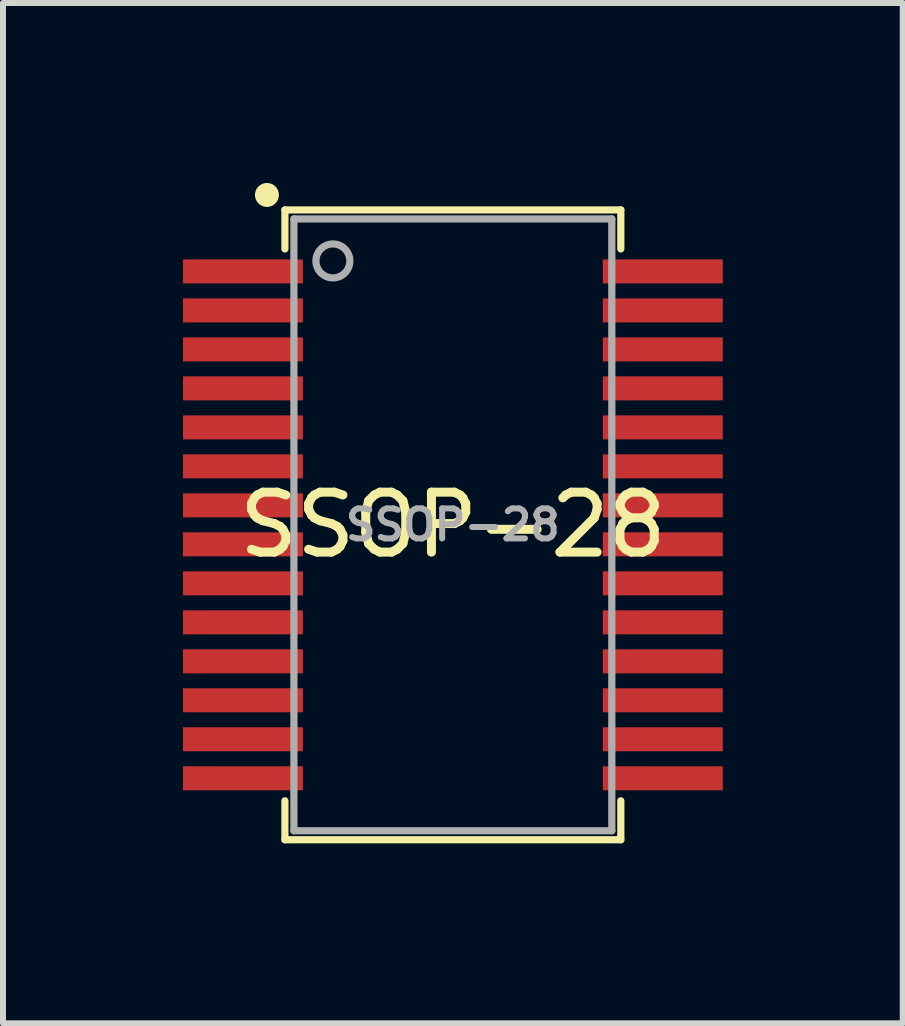
<source format=kicad_pcb>
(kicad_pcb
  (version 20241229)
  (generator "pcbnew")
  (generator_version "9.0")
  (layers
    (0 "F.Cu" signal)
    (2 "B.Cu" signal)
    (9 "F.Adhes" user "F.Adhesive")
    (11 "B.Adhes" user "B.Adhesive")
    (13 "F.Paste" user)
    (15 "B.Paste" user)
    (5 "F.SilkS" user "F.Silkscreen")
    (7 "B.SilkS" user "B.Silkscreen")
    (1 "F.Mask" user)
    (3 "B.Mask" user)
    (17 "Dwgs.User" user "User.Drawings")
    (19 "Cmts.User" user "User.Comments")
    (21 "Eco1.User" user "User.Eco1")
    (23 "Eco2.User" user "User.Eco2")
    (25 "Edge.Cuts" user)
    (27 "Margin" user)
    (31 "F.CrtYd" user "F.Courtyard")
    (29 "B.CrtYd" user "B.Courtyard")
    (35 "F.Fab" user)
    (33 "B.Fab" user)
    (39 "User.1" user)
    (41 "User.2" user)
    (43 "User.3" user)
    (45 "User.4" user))
  (footprint "SSOP-28"
    (layer "F.Cu")
    (at 4.5 5.7)
    (property "Reference" "SSOP-28" (at 0 0 0) (layer "F.SilkS") (effects (font (size 1 1) (thickness 0.15))))
    (attr smd)
    (fp_line (start -2.8 -5.25) (end 2.8 -5.25) (stroke (width 0.12) (type solid)) (layer "F.SilkS"))
    (fp_line (start -2.8 -4.6) (end -2.8 -5.25) (stroke (width 0.12) (type solid)) (layer "F.SilkS"))
    (fp_line (start -2.8 5.25) (end -2.8 4.6) (stroke (width 0.12) (type solid)) (layer "F.SilkS"))
    (fp_line (start 2.8 -5.25) (end 2.8 -4.6) (stroke (width 0.12) (type solid)) (layer "F.SilkS"))
    (fp_line (start 2.8 4.6) (end 2.8 5.25) (stroke (width 0.12) (type solid)) (layer "F.SilkS"))
    (fp_line (start 2.8 5.25) (end -2.8 5.25) (stroke (width 0.12) (type solid)) (layer "F.SilkS"))
    (fp_circle (center -3.1 -5.5) (end -3 -5.5) (stroke (width 0.2) (type solid)) (fill no) (layer "F.SilkS"))
    (fp_line (start -2.65 -5.1) (end -2.65 5.1) (stroke (width 0.12) (type solid)) (layer "F.Fab"))
    (fp_line (start -2.65 5.1) (end 2.65 5.1) (stroke (width 0.12) (type solid)) (layer "F.Fab"))
    (fp_line (start 2.65 -5.1) (end -2.65 -5.1) (stroke (width 0.12) (type solid)) (layer "F.Fab"))
    (fp_line (start 2.65 5.1) (end 2.65 -5.1) (stroke (width 0.12) (type solid)) (layer "F.Fab"))
    (fp_circle (center -2 -4.4) (end -2.2 -4.6) (stroke (width 0.12) (type solid)) (fill no) (layer "F.Fab"))
    (fp_text user "${REFERENCE}" (at 0 0 0) (layer "F.Fab") (effects (font (size 0.5 0.5) (thickness 0.1))))
    (pad "1" smd rect (at -3.5 -4.225) (size 2 0.4) (layers "F.Cu" "F.Mask" "F.Paste"))
    (pad "2" smd rect (at -3.5 -3.575) (size 2 0.4) (layers "F.Cu" "F.Mask" "F.Paste"))
    (pad "3" smd rect (at -3.5 -2.925) (size 2 0.4) (layers "F.Cu" "F.Mask" "F.Paste"))
    (pad "4" smd rect (at -3.5 -2.275) (size 2 0.4) (layers "F.Cu" "F.Mask" "F.Paste"))
    (pad "5" smd rect (at -3.5 -1.625) (size 2 0.4) (layers "F.Cu" "F.Mask" "F.Paste"))
    (pad "6" smd rect (at -3.5 -0.975) (size 2 0.4) (layers "F.Cu" "F.Mask" "F.Paste"))
    (pad "7" smd rect (at -3.5 -0.325) (size 2 0.4) (layers "F.Cu" "F.Mask" "F.Paste"))
    (pad "8" smd rect (at -3.5 0.325) (size 2 0.4) (layers "F.Cu" "F.Mask" "F.Paste"))
    (pad "9" smd rect (at -3.5 0.975) (size 2 0.4) (layers "F.Cu" "F.Mask" "F.Paste"))
    (pad "10" smd rect (at -3.5 1.625) (size 2 0.4) (layers "F.Cu" "F.Mask" "F.Paste"))
    (pad "11" smd rect (at -3.5 2.275) (size 2 0.4) (layers "F.Cu" "F.Mask" "F.Paste"))
    (pad "12" smd rect (at -3.5 2.925) (size 2 0.4) (layers "F.Cu" "F.Mask" "F.Paste"))
    (pad "13" smd rect (at -3.5 3.575) (size 2 0.4) (layers "F.Cu" "F.Mask" "F.Paste"))
    (pad "14" smd rect (at -3.5 4.225) (size 2 0.4) (layers "F.Cu" "F.Mask" "F.Paste"))
    (pad "15" smd rect (at 3.5 4.225 180) (size 2 0.4) (layers "F.Cu" "F.Mask" "F.Paste"))
    (pad "16" smd rect (at 3.5 3.575 180) (size 2 0.4) (layers "F.Cu" "F.Mask" "F.Paste"))
    (pad "17" smd rect (at 3.5 2.925 180) (size 2 0.4) (layers "F.Cu" "F.Mask" "F.Paste"))
    (pad "18" smd rect (at 3.5 2.275 180) (size 2 0.4) (layers "F.Cu" "F.Mask" "F.Paste"))
    (pad "19" smd rect (at 3.5 1.625 180) (size 2 0.4) (layers "F.Cu" "F.Mask" "F.Paste"))
    (pad "20" smd rect (at 3.5 0.975 180) (size 2 0.4) (layers "F.Cu" "F.Mask" "F.Paste"))
    (pad "21" smd rect (at 3.5 0.325 180) (size 2 0.4) (layers "F.Cu" "F.Mask" "F.Paste"))
    (pad "22" smd rect (at 3.5 -0.325 180) (size 2 0.4) (layers "F.Cu" "F.Mask" "F.Paste"))
    (pad "23" smd rect (at 3.5 -0.975 180) (size 2 0.4) (layers "F.Cu" "F.Mask" "F.Paste"))
    (pad "24" smd rect (at 3.5 -1.625 180) (size 2 0.4) (layers "F.Cu" "F.Mask" "F.Paste"))
    (pad "25" smd rect (at 3.5 -2.275 180) (size 2 0.4) (layers "F.Cu" "F.Mask" "F.Paste"))
    (pad "26" smd rect (at 3.5 -2.925 180) (size 2 0.4) (layers "F.Cu" "F.Mask" "F.Paste"))
    (pad "27" smd rect (at 3.5 -3.575 180) (size 2 0.4) (layers "F.Cu" "F.Mask" "F.Paste"))
    (pad "28" smd rect (at 3.5 -4.225 180) (size 2 0.4) (layers "F.Cu" "F.Mask" "F.Paste")))
  (gr_rect
    (start -3 -3)
    (end 12 14.01)
    (stroke (width 0.1) (type default))
    (fill no)
    (layer "Edge.Cuts")))
</source>
